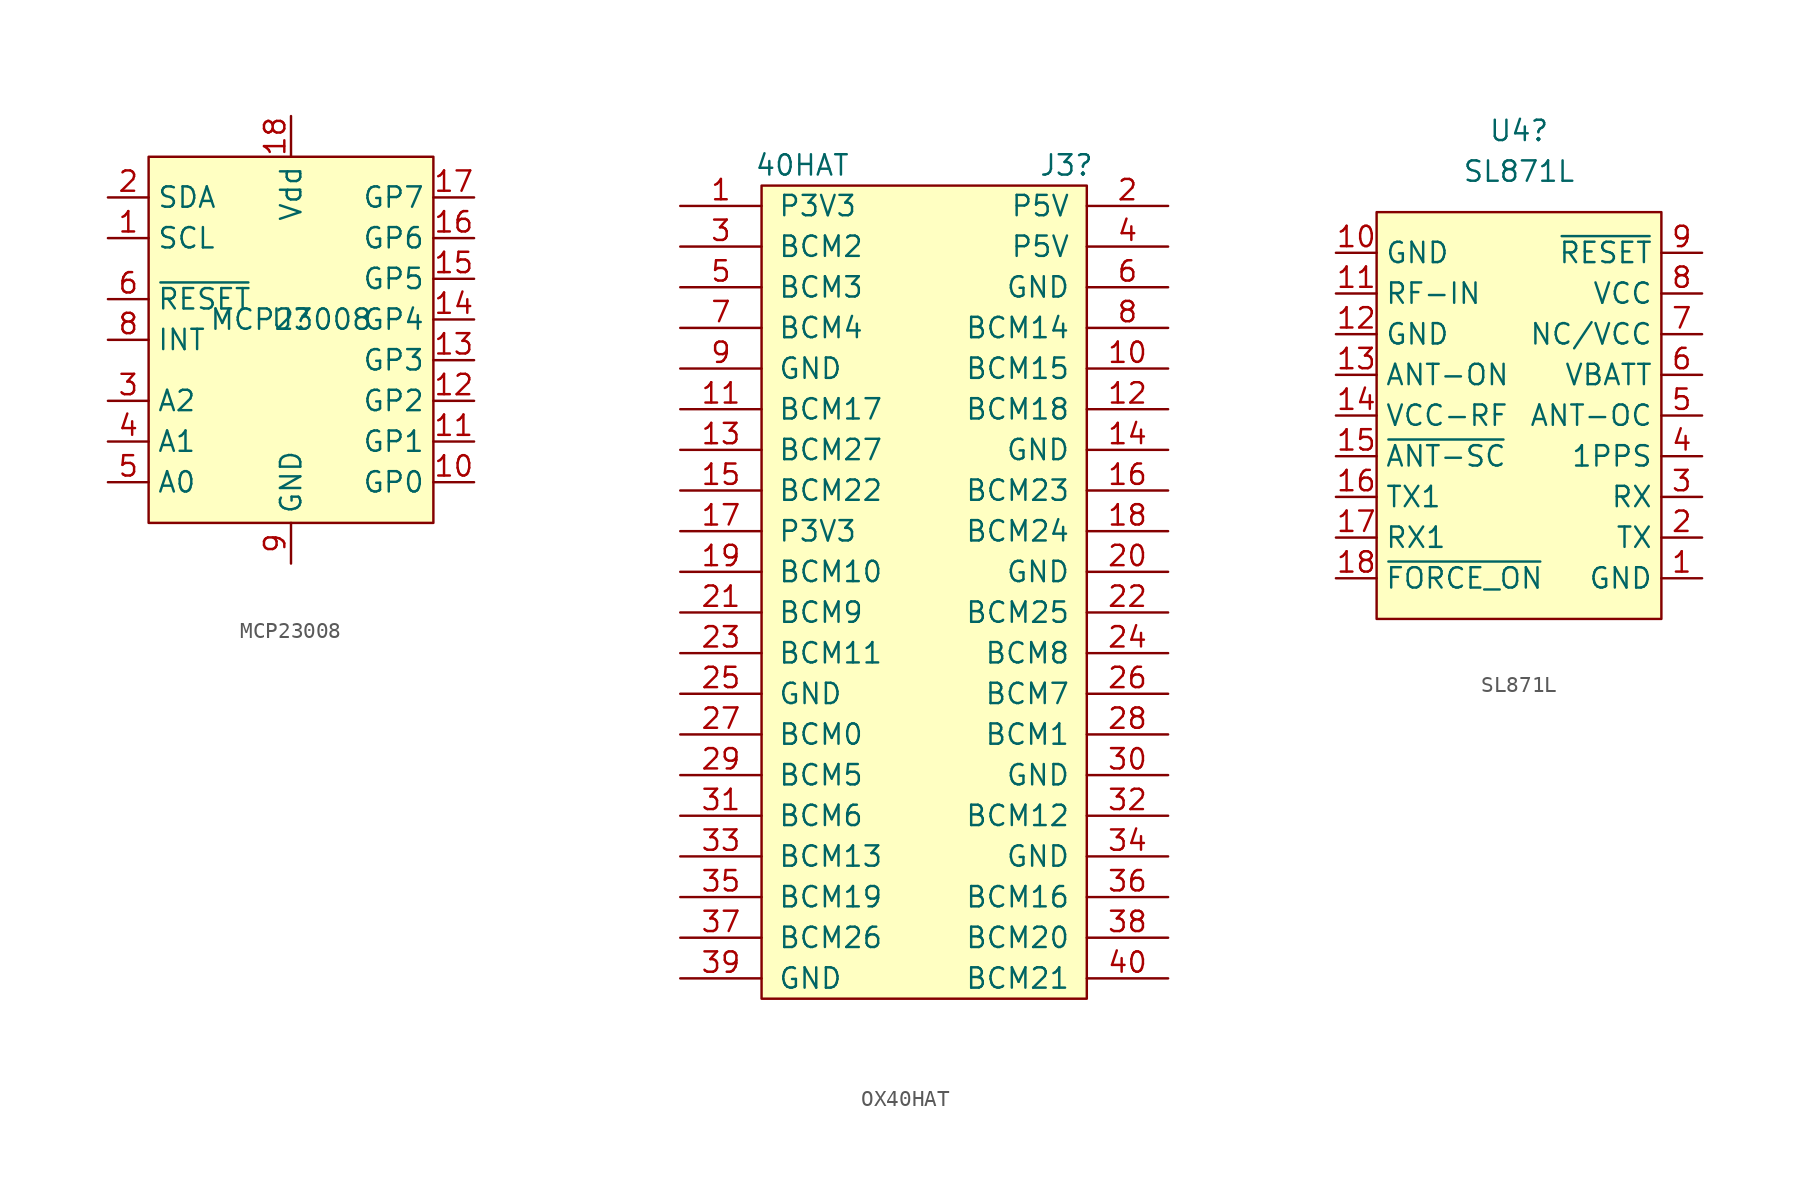
<source format=kicad_sym>
(kicad_symbol_lib
  (version 20211014)
  (generator kicad_symbol_editor)
  (symbol "MCP23008"
    (property "Reference" "U"
      (at 0 0 0)
      (effects (font (size 1.27 1.27))))
    (property "Value" "MCP23008"
      (at 0 0 0)
      (effects (font (size 1.27 1.27))))
    (symbol "MCP23008_0_0"
      (pin no_connect line (at 2.54 -15.24 90) (length 2.54) hide (name "NC" (effects (font (size 1.27 1.27)))) (number "7" (effects (font (size 1.27 1.27))))))
    (symbol "MCP23008_0_1"
      (rectangle (start -8.89 10.16) (end 8.89 -12.7) (stroke (width 0) (type default) (color 0 0 0 0)) (fill (type background))))
    (symbol "MCP23008_1_1"
      (pin input line (at -11.43 5.08 0) (length 2.54) (name "SCL" (effects (font (size 1.27 1.27)))) (number "1" (effects (font (size 1.27 1.27)))))
      (pin bidirectional line (at 11.43 -10.16 180) (length 2.54) (name "GP0" (effects (font (size 1.27 1.27)))) (number "10" (effects (font (size 1.27 1.27)))))
      (pin bidirectional line (at 11.43 -7.62 180) (length 2.54) (name "GP1" (effects (font (size 1.27 1.27)))) (number "11" (effects (font (size 1.27 1.27)))))
      (pin bidirectional line (at 11.43 -5.08 180) (length 2.54) (name "GP2" (effects (font (size 1.27 1.27)))) (number "12" (effects (font (size 1.27 1.27)))))
      (pin bidirectional line (at 11.43 -2.54 180) (length 2.54) (name "GP3" (effects (font (size 1.27 1.27)))) (number "13" (effects (font (size 1.27 1.27)))))
      (pin bidirectional line (at 11.43 0 180) (length 2.54) (name "GP4" (effects (font (size 1.27 1.27)))) (number "14" (effects (font (size 1.27 1.27)))))
      (pin bidirectional line (at 11.43 2.54 180) (length 2.54) (name "GP5" (effects (font (size 1.27 1.27)))) (number "15" (effects (font (size 1.27 1.27)))))
      (pin bidirectional line (at 11.43 5.08 180) (length 2.54) (name "GP6" (effects (font (size 1.27 1.27)))) (number "16" (effects (font (size 1.27 1.27)))))
      (pin bidirectional line (at 11.43 7.62 180) (length 2.54) (name "GP7" (effects (font (size 1.27 1.27)))) (number "17" (effects (font (size 1.27 1.27)))))
      (pin power_in line (at 0 12.7 270) (length 2.54) (name "Vdd" (effects (font (size 1.27 1.27)))) (number "18" (effects (font (size 1.27 1.27)))))
      (pin bidirectional line (at -11.43 7.62 0) (length 2.54) (name "SDA" (effects (font (size 1.27 1.27)))) (number "2" (effects (font (size 1.27 1.27)))))
      (pin input line (at -11.43 -5.08 0) (length 2.54) (name "A2" (effects (font (size 1.27 1.27)))) (number "3" (effects (font (size 1.27 1.27)))))
      (pin input line (at -11.43 -7.62 0) (length 2.54) (name "A1" (effects (font (size 1.27 1.27)))) (number "4" (effects (font (size 1.27 1.27)))))
      (pin input line (at -11.43 -10.16 0) (length 2.54) (name "A0" (effects (font (size 1.27 1.27)))) (number "5" (effects (font (size 1.27 1.27)))))
      (pin input line (at -11.43 1.27 0) (length 2.54) (name "~{RESET}" (effects (font (size 1.27 1.27)))) (number "6" (effects (font (size 1.27 1.27)))))
      (pin output line (at -11.43 -1.27 0) (length 2.54) (name "INT" (effects (font (size 1.27 1.27)))) (number "8" (effects (font (size 1.27 1.27)))))
      (pin power_in line (at 0 -15.24 90) (length 2.54) (name "GND" (effects (font (size 1.27 1.27)))) (number "9" (effects (font (size 1.27 1.27)))))))
  (symbol "OX40HAT"
    (pin_names
      (offset 1.016))
    (property "Reference" "J3"
      (at 8.89 2.54 0)
      (effects (font (size 1.27 1.27))))
    (property "Value" "40HAT"
      (at -7.62 2.54 0)
      (effects (font (size 1.27 1.27))))
    (property "Datasheet" ""
      (at -17.78 0 0)
      (effects (font (size 1.27 1.27))))
    (symbol "OX40HAT_0_1"
      (rectangle (start -10.16 1.27) (end 10.16 -49.53) (stroke (width 0) (type default) (color 0 0 0 0)) (fill (type background))))
    (symbol "OX40HAT_1_1"
      (pin power_out line (at -15.24 0 0) (length 5.08) (name "P3V3" (effects (font (size 1.27 1.27)))) (number "1" (effects (font (size 1.27 1.27)))))
      (pin bidirectional line (at 15.24 -10.16 180) (length 5.08) (name "BCM15" (effects (font (size 1.27 1.27)))) (number "10" (effects (font (size 1.27 1.27)))))
      (pin bidirectional line (at -15.24 -12.7 0) (length 5.08) (name "BCM17" (effects (font (size 1.27 1.27)))) (number "11" (effects (font (size 1.27 1.27)))))
      (pin bidirectional line (at 15.24 -12.7 180) (length 5.08) (name "BCM18" (effects (font (size 1.27 1.27)))) (number "12" (effects (font (size 1.27 1.27)))))
      (pin bidirectional line (at -15.24 -15.24 0) (length 5.08) (name "BCM27" (effects (font (size 1.27 1.27)))) (number "13" (effects (font (size 1.27 1.27)))))
      (pin passive line (at 15.24 -15.24 180) (length 5.08) (name "GND" (effects (font (size 1.27 1.27)))) (number "14" (effects (font (size 1.27 1.27)))))
      (pin bidirectional line (at -15.24 -17.78 0) (length 5.08) (name "BCM22" (effects (font (size 1.27 1.27)))) (number "15" (effects (font (size 1.27 1.27)))))
      (pin bidirectional line (at 15.24 -17.78 180) (length 5.08) (name "BCM23" (effects (font (size 1.27 1.27)))) (number "16" (effects (font (size 1.27 1.27)))))
      (pin power_out line (at -15.24 -20.32 0) (length 5.08) (name "P3V3" (effects (font (size 1.27 1.27)))) (number "17" (effects (font (size 1.27 1.27)))))
      (pin bidirectional line (at 15.24 -20.32 180) (length 5.08) (name "BCM24" (effects (font (size 1.27 1.27)))) (number "18" (effects (font (size 1.27 1.27)))))
      (pin output line (at -15.24 -22.86 0) (length 5.08) (name "BCM10" (effects (font (size 1.27 1.27)))) (number "19" (effects (font (size 1.27 1.27)))))
      (pin power_in line (at 15.24 0 180) (length 5.08) (name "P5V" (effects (font (size 1.27 1.27)))) (number "2" (effects (font (size 1.27 1.27)))))
      (pin passive line (at 15.24 -22.86 180) (length 5.08) (name "GND" (effects (font (size 1.27 1.27)))) (number "20" (effects (font (size 1.27 1.27)))))
      (pin input line (at -15.24 -25.4 0) (length 5.08) (name "BCM9" (effects (font (size 1.27 1.27)))) (number "21" (effects (font (size 1.27 1.27)))))
      (pin bidirectional line (at 15.24 -25.4 180) (length 5.08) (name "BCM25" (effects (font (size 1.27 1.27)))) (number "22" (effects (font (size 1.27 1.27)))))
      (pin bidirectional line (at -15.24 -27.94 0) (length 5.08) (name "BCM11" (effects (font (size 1.27 1.27)))) (number "23" (effects (font (size 1.27 1.27)))))
      (pin bidirectional line (at 15.24 -27.94 180) (length 5.08) (name "BCM8" (effects (font (size 1.27 1.27)))) (number "24" (effects (font (size 1.27 1.27)))))
      (pin passive line (at -15.24 -30.48 0) (length 5.08) (name "GND" (effects (font (size 1.27 1.27)))) (number "25" (effects (font (size 1.27 1.27)))))
      (pin bidirectional line (at 15.24 -30.48 180) (length 5.08) (name "BCM7" (effects (font (size 1.27 1.27)))) (number "26" (effects (font (size 1.27 1.27)))))
      (pin bidirectional line (at -15.24 -33.02 0) (length 5.08) (name "BCM0" (effects (font (size 1.27 1.27)))) (number "27" (effects (font (size 1.27 1.27)))))
      (pin bidirectional line (at 15.24 -33.02 180) (length 5.08) (name "BCM1" (effects (font (size 1.27 1.27)))) (number "28" (effects (font (size 1.27 1.27)))))
      (pin bidirectional line (at -15.24 -35.56 0) (length 5.08) (name "BCM5" (effects (font (size 1.27 1.27)))) (number "29" (effects (font (size 1.27 1.27)))))
      (pin bidirectional line (at -15.24 -2.54 0) (length 5.08) (name "BCM2" (effects (font (size 1.27 1.27)))) (number "3" (effects (font (size 1.27 1.27)))))
      (pin passive line (at 15.24 -35.56 180) (length 5.08) (name "GND" (effects (font (size 1.27 1.27)))) (number "30" (effects (font (size 1.27 1.27)))))
      (pin bidirectional line (at -15.24 -38.1 0) (length 5.08) (name "BCM6" (effects (font (size 1.27 1.27)))) (number "31" (effects (font (size 1.27 1.27)))))
      (pin bidirectional line (at 15.24 -38.1 180) (length 5.08) (name "BCM12" (effects (font (size 1.27 1.27)))) (number "32" (effects (font (size 1.27 1.27)))))
      (pin bidirectional line (at -15.24 -40.64 0) (length 5.08) (name "BCM13" (effects (font (size 1.27 1.27)))) (number "33" (effects (font (size 1.27 1.27)))))
      (pin passive line (at 15.24 -40.64 180) (length 5.08) (name "GND" (effects (font (size 1.27 1.27)))) (number "34" (effects (font (size 1.27 1.27)))))
      (pin bidirectional line (at -15.24 -43.18 0) (length 5.08) (name "BCM19" (effects (font (size 1.27 1.27)))) (number "35" (effects (font (size 1.27 1.27)))))
      (pin bidirectional line (at 15.24 -43.18 180) (length 5.08) (name "BCM16" (effects (font (size 1.27 1.27)))) (number "36" (effects (font (size 1.27 1.27)))))
      (pin bidirectional line (at -15.24 -45.72 0) (length 5.08) (name "BCM26" (effects (font (size 1.27 1.27)))) (number "37" (effects (font (size 1.27 1.27)))))
      (pin bidirectional line (at 15.24 -45.72 180) (length 5.08) (name "BCM20" (effects (font (size 1.27 1.27)))) (number "38" (effects (font (size 1.27 1.27)))))
      (pin passive line (at -15.24 -48.26 0) (length 5.08) (name "GND" (effects (font (size 1.27 1.27)))) (number "39" (effects (font (size 1.27 1.27)))))
      (pin power_in line (at 15.24 -2.54 180) (length 5.08) (name "P5V" (effects (font (size 1.27 1.27)))) (number "4" (effects (font (size 1.27 1.27)))))
      (pin bidirectional line (at 15.24 -48.26 180) (length 5.08) (name "BCM21" (effects (font (size 1.27 1.27)))) (number "40" (effects (font (size 1.27 1.27)))))
      (pin bidirectional line (at -15.24 -5.08 0) (length 5.08) (name "BCM3" (effects (font (size 1.27 1.27)))) (number "5" (effects (font (size 1.27 1.27)))))
      (pin passive line (at 15.24 -5.08 180) (length 5.08) (name "GND" (effects (font (size 1.27 1.27)))) (number "6" (effects (font (size 1.27 1.27)))))
      (pin bidirectional line (at -15.24 -7.62 0) (length 5.08) (name "BCM4" (effects (font (size 1.27 1.27)))) (number "7" (effects (font (size 1.27 1.27)))))
      (pin bidirectional line (at 15.24 -7.62 180) (length 5.08) (name "BCM14" (effects (font (size 1.27 1.27)))) (number "8" (effects (font (size 1.27 1.27)))))
      (pin passive line (at -15.24 -10.16 0) (length 5.08) (name "GND" (effects (font (size 1.27 1.27)))) (number "9" (effects (font (size 1.27 1.27)))))))
  (symbol "SL871L"
    (property "Reference" "U4"
      (at 0 17.78 0)
      (effects (font (size 1.27 1.27))))
    (property "Value" "SL871L"
      (at 0 15.24 0)
      (effects (font (size 1.27 1.27))))
    (symbol "SL871L_0_1"
      (rectangle (start -8.89 12.7) (end 8.89 -12.7) (stroke (width 0) (type default) (color 0 0 0 0)) (fill (type background))))
    (symbol "SL871L_1_1"
      (pin power_in line (at 11.43 -10.16 180) (length 2.54) (name "GND" (effects (font (size 1.27 1.27)))) (number "1" (effects (font (size 1.27 1.27)))))
      (pin power_in line (at -11.43 10.16 0) (length 2.54) (name "GND" (effects (font (size 1.27 1.27)))) (number "10" (effects (font (size 1.27 1.27)))))
      (pin passive line (at -11.43 7.62 0) (length 2.54) (name "RF-IN" (effects (font (size 1.27 1.27)))) (number "11" (effects (font (size 1.27 1.27)))))
      (pin power_in line (at -11.43 5.08 0) (length 2.54) (name "GND" (effects (font (size 1.27 1.27)))) (number "12" (effects (font (size 1.27 1.27)))))
      (pin output line (at -11.43 2.54 0) (length 2.54) (name "ANT-ON" (effects (font (size 1.27 1.27)))) (number "13" (effects (font (size 1.27 1.27)))))
      (pin power_in line (at -11.43 0 0) (length 2.54) (name "VCC-RF" (effects (font (size 1.27 1.27)))) (number "14" (effects (font (size 1.27 1.27)))))
      (pin input line (at -11.43 -2.54 0) (length 2.54) (name "~{ANT-SC}" (effects (font (size 1.27 1.27)))) (number "15" (effects (font (size 1.27 1.27)))))
      (pin output line (at -11.43 -5.08 0) (length 2.54) (name "TX1" (effects (font (size 1.27 1.27)))) (number "16" (effects (font (size 1.27 1.27)))))
      (pin input line (at -11.43 -7.62 0) (length 2.54) (name "RX1" (effects (font (size 1.27 1.27)))) (number "17" (effects (font (size 1.27 1.27)))))
      (pin output line (at -11.43 -10.16 0) (length 2.54) (name "~{FORCE_ON}" (effects (font (size 1.27 1.27)))) (number "18" (effects (font (size 1.27 1.27)))))
      (pin output line (at 11.43 -7.62 180) (length 2.54) (name "TX" (effects (font (size 1.27 1.27)))) (number "2" (effects (font (size 1.27 1.27)))))
      (pin input line (at 11.43 -5.08 180) (length 2.54) (name "RX" (effects (font (size 1.27 1.27)))) (number "3" (effects (font (size 1.27 1.27)))))
      (pin output line (at 11.43 -2.54 180) (length 2.54) (name "1PPS" (effects (font (size 1.27 1.27)))) (number "4" (effects (font (size 1.27 1.27)))))
      (pin input line (at 11.43 0 180) (length 2.54) (name "ANT-OC" (effects (font (size 1.27 1.27)))) (number "5" (effects (font (size 1.27 1.27)))))
      (pin power_in line (at 11.43 2.54 180) (length 2.54) (name "VBATT" (effects (font (size 1.27 1.27)))) (number "6" (effects (font (size 1.27 1.27)))))
      (pin power_in line (at 11.43 5.08 180) (length 2.54) (name "NC/VCC" (effects (font (size 1.27 1.27)))) (number "7" (effects (font (size 1.27 1.27)))))
      (pin power_in line (at 11.43 7.62 180) (length 2.54) (name "VCC" (effects (font (size 1.27 1.27)))) (number "8" (effects (font (size 1.27 1.27)))))
      (pin input line (at 11.43 10.16 180) (length 2.54) (name "~{RESET}" (effects (font (size 1.27 1.27)))) (number "9" (effects (font (size 1.27 1.27))))))))
</source>
